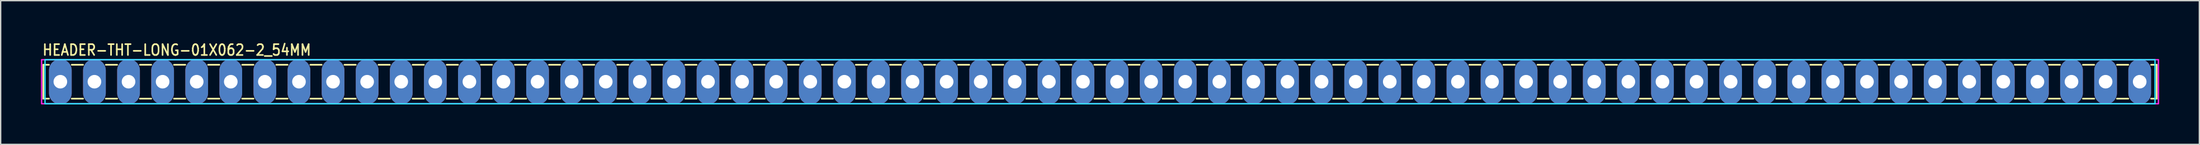
<source format=kicad_pcb>
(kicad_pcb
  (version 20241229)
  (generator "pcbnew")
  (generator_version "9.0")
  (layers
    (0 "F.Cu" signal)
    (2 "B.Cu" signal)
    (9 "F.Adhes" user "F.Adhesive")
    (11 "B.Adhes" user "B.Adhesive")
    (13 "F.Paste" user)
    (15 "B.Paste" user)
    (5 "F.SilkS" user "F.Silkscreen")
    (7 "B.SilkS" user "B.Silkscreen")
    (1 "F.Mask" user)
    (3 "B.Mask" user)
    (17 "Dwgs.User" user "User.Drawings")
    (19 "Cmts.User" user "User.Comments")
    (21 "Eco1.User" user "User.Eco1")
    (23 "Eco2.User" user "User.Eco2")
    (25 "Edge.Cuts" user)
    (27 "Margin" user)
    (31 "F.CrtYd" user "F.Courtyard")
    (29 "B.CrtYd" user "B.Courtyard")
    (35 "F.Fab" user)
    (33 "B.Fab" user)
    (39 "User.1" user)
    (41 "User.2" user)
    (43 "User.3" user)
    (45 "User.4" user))
  (footprint "HEADER-THT-LONG-01X062-2_54MM"
    (layer "F.Cu")
    (at 1.447 3.079)
    (property "Reference" "HEADER-THT-LONG-01X062-2_54MM" (at -1.4 -1.9 0) (unlocked yes) (layer "F.SilkS") (effects (font (size 0.813 0.695) (thickness 0.122)) (justify left bottom)))
    (fp_line (start -1.27 -1.27) (end -1.27 1.27) (stroke (width 0.127) (type solid)) (layer "F.SilkS"))
    (fp_line (start -1.27 1.27) (end -0.85 1.27) (stroke (width 0.127) (type solid)) (layer "F.SilkS"))
    (fp_line (start -0.85 -1.27) (end -1.27 -1.27) (stroke (width 0.127) (type solid)) (layer "F.SilkS"))
    (fp_line (start 0.85 -1.27) (end 1.69 -1.27) (stroke (width 0.127) (type solid)) (layer "F.SilkS"))
    (fp_line (start 0.85 1.27) (end 1.69 1.27) (stroke (width 0.127) (type solid)) (layer "F.SilkS"))
    (fp_line (start 3.39 -1.27) (end 4.23 -1.27) (stroke (width 0.127) (type solid)) (layer "F.SilkS"))
    (fp_line (start 3.39 1.27) (end 4.23 1.27) (stroke (width 0.127) (type solid)) (layer "F.SilkS"))
    (fp_line (start 5.93 -1.27) (end 6.77 -1.27) (stroke (width 0.127) (type solid)) (layer "F.SilkS"))
    (fp_line (start 5.93 1.27) (end 6.77 1.27) (stroke (width 0.127) (type solid)) (layer "F.SilkS"))
    (fp_line (start 8.47 -1.27) (end 9.31 -1.27) (stroke (width 0.127) (type solid)) (layer "F.SilkS"))
    (fp_line (start 8.47 1.27) (end 9.31 1.27) (stroke (width 0.127) (type solid)) (layer "F.SilkS"))
    (fp_line (start 11.01 -1.27) (end 11.85 -1.27) (stroke (width 0.127) (type solid)) (layer "F.SilkS"))
    (fp_line (start 11.01 1.27) (end 11.85 1.27) (stroke (width 0.127) (type solid)) (layer "F.SilkS"))
    (fp_line (start 13.55 -1.27) (end 14.39 -1.27) (stroke (width 0.127) (type solid)) (layer "F.SilkS"))
    (fp_line (start 13.55 1.27) (end 14.39 1.27) (stroke (width 0.127) (type solid)) (layer "F.SilkS"))
    (fp_line (start 16.09 -1.27) (end 16.93 -1.27) (stroke (width 0.127) (type solid)) (layer "F.SilkS"))
    (fp_line (start 16.09 1.27) (end 16.93 1.27) (stroke (width 0.127) (type solid)) (layer "F.SilkS"))
    (fp_line (start 18.63 -1.27) (end 19.47 -1.27) (stroke (width 0.127) (type solid)) (layer "F.SilkS"))
    (fp_line (start 18.63 1.27) (end 19.47 1.27) (stroke (width 0.127) (type solid)) (layer "F.SilkS"))
    (fp_line (start 21.17 -1.27) (end 22.01 -1.27) (stroke (width 0.127) (type solid)) (layer "F.SilkS"))
    (fp_line (start 21.17 1.27) (end 22.01 1.27) (stroke (width 0.127) (type solid)) (layer "F.SilkS"))
    (fp_line (start 23.71 -1.27) (end 24.55 -1.27) (stroke (width 0.127) (type solid)) (layer "F.SilkS"))
    (fp_line (start 23.71 1.27) (end 24.55 1.27) (stroke (width 0.127) (type solid)) (layer "F.SilkS"))
    (fp_line (start 26.25 -1.27) (end 27.09 -1.27) (stroke (width 0.127) (type solid)) (layer "F.SilkS"))
    (fp_line (start 26.25 1.27) (end 27.09 1.27) (stroke (width 0.127) (type solid)) (layer "F.SilkS"))
    (fp_line (start 28.79 -1.27) (end 29.63 -1.27) (stroke (width 0.127) (type solid)) (layer "F.SilkS"))
    (fp_line (start 28.79 1.27) (end 29.63 1.27) (stroke (width 0.127) (type solid)) (layer "F.SilkS"))
    (fp_line (start 31.33 -1.27) (end 32.17 -1.27) (stroke (width 0.127) (type solid)) (layer "F.SilkS"))
    (fp_line (start 31.33 1.27) (end 32.17 1.27) (stroke (width 0.127) (type solid)) (layer "F.SilkS"))
    (fp_line (start 33.87 -1.27) (end 34.71 -1.27) (stroke (width 0.127) (type solid)) (layer "F.SilkS"))
    (fp_line (start 33.87 1.27) (end 34.71 1.27) (stroke (width 0.127) (type solid)) (layer "F.SilkS"))
    (fp_line (start 36.41 -1.27) (end 37.25 -1.27) (stroke (width 0.127) (type solid)) (layer "F.SilkS"))
    (fp_line (start 36.41 1.27) (end 37.25 1.27) (stroke (width 0.127) (type solid)) (layer "F.SilkS"))
    (fp_line (start 38.95 -1.27) (end 39.79 -1.27) (stroke (width 0.127) (type solid)) (layer "F.SilkS"))
    (fp_line (start 38.95 1.27) (end 39.79 1.27) (stroke (width 0.127) (type solid)) (layer "F.SilkS"))
    (fp_line (start 41.49 -1.27) (end 42.33 -1.27) (stroke (width 0.127) (type solid)) (layer "F.SilkS"))
    (fp_line (start 41.49 1.27) (end 42.33 1.27) (stroke (width 0.127) (type solid)) (layer "F.SilkS"))
    (fp_line (start 44.03 -1.27) (end 44.87 -1.27) (stroke (width 0.127) (type solid)) (layer "F.SilkS"))
    (fp_line (start 44.03 1.27) (end 44.87 1.27) (stroke (width 0.127) (type solid)) (layer "F.SilkS"))
    (fp_line (start 46.57 -1.27) (end 47.41 -1.27) (stroke (width 0.127) (type solid)) (layer "F.SilkS"))
    (fp_line (start 46.57 1.27) (end 47.41 1.27) (stroke (width 0.127) (type solid)) (layer "F.SilkS"))
    (fp_line (start 49.11 -1.27) (end 49.95 -1.27) (stroke (width 0.127) (type solid)) (layer "F.SilkS"))
    (fp_line (start 49.11 1.27) (end 49.95 1.27) (stroke (width 0.127) (type solid)) (layer "F.SilkS"))
    (fp_line (start 51.65 -1.27) (end 52.49 -1.27) (stroke (width 0.127) (type solid)) (layer "F.SilkS"))
    (fp_line (start 51.65 1.27) (end 52.49 1.27) (stroke (width 0.127) (type solid)) (layer "F.SilkS"))
    (fp_line (start 54.19 -1.27) (end 55.03 -1.27) (stroke (width 0.127) (type solid)) (layer "F.SilkS"))
    (fp_line (start 54.19 1.27) (end 55.03 1.27) (stroke (width 0.127) (type solid)) (layer "F.SilkS"))
    (fp_line (start 56.73 -1.27) (end 57.57 -1.27) (stroke (width 0.127) (type solid)) (layer "F.SilkS"))
    (fp_line (start 56.73 1.27) (end 57.57 1.27) (stroke (width 0.127) (type solid)) (layer "F.SilkS"))
    (fp_line (start 59.27 -1.27) (end 60.11 -1.27) (stroke (width 0.127) (type solid)) (layer "F.SilkS"))
    (fp_line (start 59.27 1.27) (end 60.11 1.27) (stroke (width 0.127) (type solid)) (layer "F.SilkS"))
    (fp_line (start 61.81 -1.27) (end 62.65 -1.27) (stroke (width 0.127) (type solid)) (layer "F.SilkS"))
    (fp_line (start 61.81 1.27) (end 62.65 1.27) (stroke (width 0.127) (type solid)) (layer "F.SilkS"))
    (fp_line (start 64.35 -1.27) (end 65.19 -1.27) (stroke (width 0.127) (type solid)) (layer "F.SilkS"))
    (fp_line (start 64.35 1.27) (end 65.19 1.27) (stroke (width 0.127) (type solid)) (layer "F.SilkS"))
    (fp_line (start 66.89 -1.27) (end 67.73 -1.27) (stroke (width 0.127) (type solid)) (layer "F.SilkS"))
    (fp_line (start 66.89 1.27) (end 67.73 1.27) (stroke (width 0.127) (type solid)) (layer "F.SilkS"))
    (fp_line (start 69.43 -1.27) (end 70.27 -1.27) (stroke (width 0.127) (type solid)) (layer "F.SilkS"))
    (fp_line (start 69.43 1.27) (end 70.27 1.27) (stroke (width 0.127) (type solid)) (layer "F.SilkS"))
    (fp_line (start 71.97 -1.27) (end 72.81 -1.27) (stroke (width 0.127) (type solid)) (layer "F.SilkS"))
    (fp_line (start 71.97 1.27) (end 72.81 1.27) (stroke (width 0.127) (type solid)) (layer "F.SilkS"))
    (fp_line (start 74.51 -1.27) (end 75.35 -1.27) (stroke (width 0.127) (type solid)) (layer "F.SilkS"))
    (fp_line (start 74.51 1.27) (end 75.35 1.27) (stroke (width 0.127) (type solid)) (layer "F.SilkS"))
    (fp_line (start 77.05 -1.27) (end 77.89 -1.27) (stroke (width 0.127) (type solid)) (layer "F.SilkS"))
    (fp_line (start 77.05 1.27) (end 77.89 1.27) (stroke (width 0.127) (type solid)) (layer "F.SilkS"))
    (fp_line (start 79.59 -1.27) (end 80.43 -1.27) (stroke (width 0.127) (type solid)) (layer "F.SilkS"))
    (fp_line (start 79.59 1.27) (end 80.43 1.27) (stroke (width 0.127) (type solid)) (layer "F.SilkS"))
    (fp_line (start 82.13 -1.27) (end 82.97 -1.27) (stroke (width 0.127) (type solid)) (layer "F.SilkS"))
    (fp_line (start 82.13 1.27) (end 82.97 1.27) (stroke (width 0.127) (type solid)) (layer "F.SilkS"))
    (fp_line (start 84.67 -1.27) (end 85.51 -1.27) (stroke (width 0.127) (type solid)) (layer "F.SilkS"))
    (fp_line (start 84.67 1.27) (end 85.51 1.27) (stroke (width 0.127) (type solid)) (layer "F.SilkS"))
    (fp_line (start 87.21 -1.27) (end 88.05 -1.27) (stroke (width 0.127) (type solid)) (layer "F.SilkS"))
    (fp_line (start 87.21 1.27) (end 88.05 1.27) (stroke (width 0.127) (type solid)) (layer "F.SilkS"))
    (fp_line (start 89.75 -1.27) (end 90.59 -1.27) (stroke (width 0.127) (type solid)) (layer "F.SilkS"))
    (fp_line (start 89.75 1.27) (end 90.59 1.27) (stroke (width 0.127) (type solid)) (layer "F.SilkS"))
    (fp_line (start 92.29 -1.27) (end 93.13 -1.27) (stroke (width 0.127) (type solid)) (layer "F.SilkS"))
    (fp_line (start 92.29 1.27) (end 93.13 1.27) (stroke (width 0.127) (type solid)) (layer "F.SilkS"))
    (fp_line (start 94.83 -1.27) (end 95.67 -1.27) (stroke (width 0.127) (type solid)) (layer "F.SilkS"))
    (fp_line (start 94.83 1.27) (end 95.67 1.27) (stroke (width 0.127) (type solid)) (layer "F.SilkS"))
    (fp_line (start 97.37 -1.27) (end 98.21 -1.27) (stroke (width 0.127) (type solid)) (layer "F.SilkS"))
    (fp_line (start 97.37 1.27) (end 98.21 1.27) (stroke (width 0.127) (type solid)) (layer "F.SilkS"))
    (fp_line (start 99.91 -1.27) (end 100.75 -1.27) (stroke (width 0.127) (type solid)) (layer "F.SilkS"))
    (fp_line (start 99.91 1.27) (end 100.75 1.27) (stroke (width 0.127) (type solid)) (layer "F.SilkS"))
    (fp_line (start 102.45 -1.27) (end 103.29 -1.27) (stroke (width 0.127) (type solid)) (layer "F.SilkS"))
    (fp_line (start 102.45 1.27) (end 103.29 1.27) (stroke (width 0.127) (type solid)) (layer "F.SilkS"))
    (fp_line (start 104.99 -1.27) (end 105.83 -1.27) (stroke (width 0.127) (type solid)) (layer "F.SilkS"))
    (fp_line (start 104.99 1.27) (end 105.83 1.27) (stroke (width 0.127) (type solid)) (layer "F.SilkS"))
    (fp_line (start 107.53 -1.27) (end 108.37 -1.27) (stroke (width 0.127) (type solid)) (layer "F.SilkS"))
    (fp_line (start 107.53 1.27) (end 108.37 1.27) (stroke (width 0.127) (type solid)) (layer "F.SilkS"))
    (fp_line (start 110.07 -1.27) (end 110.91 -1.27) (stroke (width 0.127) (type solid)) (layer "F.SilkS"))
    (fp_line (start 110.07 1.27) (end 110.91 1.27) (stroke (width 0.127) (type solid)) (layer "F.SilkS"))
    (fp_line (start 112.61 -1.27) (end 113.45 -1.27) (stroke (width 0.127) (type solid)) (layer "F.SilkS"))
    (fp_line (start 112.61 1.27) (end 113.45 1.27) (stroke (width 0.127) (type solid)) (layer "F.SilkS"))
    (fp_line (start 115.15 -1.27) (end 115.99 -1.27) (stroke (width 0.127) (type solid)) (layer "F.SilkS"))
    (fp_line (start 115.15 1.27) (end 115.99 1.27) (stroke (width 0.127) (type solid)) (layer "F.SilkS"))
    (fp_line (start 117.69 -1.27) (end 118.53 -1.27) (stroke (width 0.127) (type solid)) (layer "F.SilkS"))
    (fp_line (start 117.69 1.27) (end 118.53 1.27) (stroke (width 0.127) (type solid)) (layer "F.SilkS"))
    (fp_line (start 120.23 -1.27) (end 121.07 -1.27) (stroke (width 0.127) (type solid)) (layer "F.SilkS"))
    (fp_line (start 120.23 1.27) (end 121.07 1.27) (stroke (width 0.127) (type solid)) (layer "F.SilkS"))
    (fp_line (start 122.77 -1.27) (end 123.61 -1.27) (stroke (width 0.127) (type solid)) (layer "F.SilkS"))
    (fp_line (start 122.77 1.27) (end 123.61 1.27) (stroke (width 0.127) (type solid)) (layer "F.SilkS"))
    (fp_line (start 125.31 -1.27) (end 126.15 -1.27) (stroke (width 0.127) (type solid)) (layer "F.SilkS"))
    (fp_line (start 125.31 1.27) (end 126.15 1.27) (stroke (width 0.127) (type solid)) (layer "F.SilkS"))
    (fp_line (start 127.85 -1.27) (end 128.69 -1.27) (stroke (width 0.127) (type solid)) (layer "F.SilkS"))
    (fp_line (start 127.85 1.27) (end 128.69 1.27) (stroke (width 0.127) (type solid)) (layer "F.SilkS"))
    (fp_line (start 130.39 -1.27) (end 131.23 -1.27) (stroke (width 0.127) (type solid)) (layer "F.SilkS"))
    (fp_line (start 130.39 1.27) (end 131.23 1.27) (stroke (width 0.127) (type solid)) (layer "F.SilkS"))
    (fp_line (start 132.93 -1.27) (end 133.77 -1.27) (stroke (width 0.127) (type solid)) (layer "F.SilkS"))
    (fp_line (start 132.93 1.27) (end 133.77 1.27) (stroke (width 0.127) (type solid)) (layer "F.SilkS"))
    (fp_line (start 135.47 -1.27) (end 136.31 -1.27) (stroke (width 0.127) (type solid)) (layer "F.SilkS"))
    (fp_line (start 135.47 1.27) (end 136.31 1.27) (stroke (width 0.127) (type solid)) (layer "F.SilkS"))
    (fp_line (start 138.01 -1.27) (end 138.85 -1.27) (stroke (width 0.127) (type solid)) (layer "F.SilkS"))
    (fp_line (start 138.01 1.27) (end 138.85 1.27) (stroke (width 0.127) (type solid)) (layer "F.SilkS"))
    (fp_line (start 140.55 -1.27) (end 141.39 -1.27) (stroke (width 0.127) (type solid)) (layer "F.SilkS"))
    (fp_line (start 140.55 1.27) (end 141.39 1.27) (stroke (width 0.127) (type solid)) (layer "F.SilkS"))
    (fp_line (start 143.09 -1.27) (end 143.93 -1.27) (stroke (width 0.127) (type solid)) (layer "F.SilkS"))
    (fp_line (start 143.09 1.27) (end 143.93 1.27) (stroke (width 0.127) (type solid)) (layer "F.SilkS"))
    (fp_line (start 145.63 -1.27) (end 146.47 -1.27) (stroke (width 0.127) (type solid)) (layer "F.SilkS"))
    (fp_line (start 145.63 1.27) (end 146.47 1.27) (stroke (width 0.127) (type solid)) (layer "F.SilkS"))
    (fp_line (start 148.17 -1.27) (end 149.01 -1.27) (stroke (width 0.127) (type solid)) (layer "F.SilkS"))
    (fp_line (start 148.17 1.27) (end 149.01 1.27) (stroke (width 0.127) (type solid)) (layer "F.SilkS"))
    (fp_line (start 150.71 -1.27) (end 151.55 -1.27) (stroke (width 0.127) (type solid)) (layer "F.SilkS"))
    (fp_line (start 150.71 1.27) (end 151.55 1.27) (stroke (width 0.127) (type solid)) (layer "F.SilkS"))
    (fp_line (start 153.25 -1.27) (end 154.09 -1.27) (stroke (width 0.127) (type solid)) (layer "F.SilkS"))
    (fp_line (start 153.25 1.27) (end 154.09 1.27) (stroke (width 0.127) (type solid)) (layer "F.SilkS"))
    (fp_line (start 155.79 -1.27) (end 156.21 -1.27) (stroke (width 0.127) (type solid)) (layer "F.SilkS"))
    (fp_line (start 156.21 -1.27) (end 156.21 1.27) (stroke (width 0.127) (type solid)) (layer "F.SilkS"))
    (fp_line (start 156.21 1.27) (end 155.79 1.27) (stroke (width 0.127) (type solid)) (layer "F.SilkS"))
    (fp_poly (pts (xy -1.143 -1.651) (xy 156.083 -1.651) (xy 156.083 1.651) (xy -1.143 1.651)) (stroke (width 0.1) (type solid)) (fill no) (layer "B.CrtYd"))
    (fp_poly (pts (xy -1.397 -1.651) (xy 156.337 -1.651) (xy 156.337 1.651) (xy -1.397 1.651)) (stroke (width 0.1) (type solid)) (fill no) (layer "F.CrtYd"))
    (pad "1" thru_hole oval (at 0 0 90) (size 3.387 1.693) (drill 1.016) (layers "*.Cu" "*.Mask"))
    (pad "2" thru_hole oval (at 2.54 0 90) (size 3.387 1.693) (drill 1.016) (layers "*.Cu" "*.Mask"))
    (pad "3" thru_hole oval (at 5.08 0 90) (size 3.387 1.693) (drill 1.016) (layers "*.Cu" "*.Mask"))
    (pad "4" thru_hole oval (at 7.62 0 90) (size 3.387 1.693) (drill 1.016) (layers "*.Cu" "*.Mask"))
    (pad "5" thru_hole oval (at 10.16 0 90) (size 3.387 1.693) (drill 1.016) (layers "*.Cu" "*.Mask"))
    (pad "6" thru_hole oval (at 12.7 0 90) (size 3.387 1.693) (drill 1.016) (layers "*.Cu" "*.Mask"))
    (pad "7" thru_hole oval (at 15.24 0 90) (size 3.387 1.693) (drill 1.016) (layers "*.Cu" "*.Mask"))
    (pad "8" thru_hole oval (at 17.78 0 90) (size 3.387 1.693) (drill 1.016) (layers "*.Cu" "*.Mask"))
    (pad "9" thru_hole oval (at 20.32 0 90) (size 3.387 1.693) (drill 1.016) (layers "*.Cu" "*.Mask"))
    (pad "10" thru_hole oval (at 22.86 0 90) (size 3.387 1.693) (drill 1.016) (layers "*.Cu" "*.Mask"))
    (pad "11" thru_hole oval (at 25.4 0 90) (size 3.387 1.693) (drill 1.016) (layers "*.Cu" "*.Mask"))
    (pad "12" thru_hole oval (at 27.94 0 90) (size 3.387 1.693) (drill 1.016) (layers "*.Cu" "*.Mask"))
    (pad "13" thru_hole oval (at 30.48 0 90) (size 3.387 1.693) (drill 1.016) (layers "*.Cu" "*.Mask"))
    (pad "14" thru_hole oval (at 33.02 0 90) (size 3.387 1.693) (drill 1.016) (layers "*.Cu" "*.Mask"))
    (pad "15" thru_hole oval (at 35.56 0 90) (size 3.387 1.693) (drill 1.016) (layers "*.Cu" "*.Mask"))
    (pad "16" thru_hole oval (at 38.1 0 90) (size 3.387 1.693) (drill 1.016) (layers "*.Cu" "*.Mask"))
    (pad "17" thru_hole oval (at 40.64 0 90) (size 3.387 1.693) (drill 1.016) (layers "*.Cu" "*.Mask"))
    (pad "18" thru_hole oval (at 43.18 0 90) (size 3.387 1.693) (drill 1.016) (layers "*.Cu" "*.Mask"))
    (pad "19" thru_hole oval (at 45.72 0 90) (size 3.387 1.693) (drill 1.016) (layers "*.Cu" "*.Mask"))
    (pad "20" thru_hole oval (at 48.26 0 90) (size 3.387 1.693) (drill 1.016) (layers "*.Cu" "*.Mask"))
    (pad "21" thru_hole oval (at 50.8 0 90) (size 3.387 1.693) (drill 1.016) (layers "*.Cu" "*.Mask"))
    (pad "22" thru_hole oval (at 53.34 0 90) (size 3.387 1.693) (drill 1.016) (layers "*.Cu" "*.Mask"))
    (pad "23" thru_hole oval (at 55.88 0 90) (size 3.387 1.693) (drill 1.016) (layers "*.Cu" "*.Mask"))
    (pad "24" thru_hole oval (at 58.42 0 90) (size 3.387 1.693) (drill 1.016) (layers "*.Cu" "*.Mask"))
    (pad "25" thru_hole oval (at 60.96 0 90) (size 3.387 1.693) (drill 1.016) (layers "*.Cu" "*.Mask"))
    (pad "26" thru_hole oval (at 63.5 0 90) (size 3.387 1.693) (drill 1.016) (layers "*.Cu" "*.Mask"))
    (pad "27" thru_hole oval (at 66.04 0 90) (size 3.387 1.693) (drill 1.016) (layers "*.Cu" "*.Mask"))
    (pad "28" thru_hole oval (at 68.58 0 90) (size 3.387 1.693) (drill 1.016) (layers "*.Cu" "*.Mask"))
    (pad "29" thru_hole oval (at 71.12 0 90) (size 3.387 1.693) (drill 1.016) (layers "*.Cu" "*.Mask"))
    (pad "30" thru_hole oval (at 73.66 0 90) (size 3.387 1.693) (drill 1.016) (layers "*.Cu" "*.Mask"))
    (pad "31" thru_hole oval (at 76.2 0 90) (size 3.387 1.693) (drill 1.016) (layers "*.Cu" "*.Mask"))
    (pad "32" thru_hole oval (at 78.74 0 90) (size 3.387 1.693) (drill 1.016) (layers "*.Cu" "*.Mask"))
    (pad "33" thru_hole oval (at 81.28 0 90) (size 3.387 1.693) (drill 1.016) (layers "*.Cu" "*.Mask"))
    (pad "34" thru_hole oval (at 83.82 0 90) (size 3.387 1.693) (drill 1.016) (layers "*.Cu" "*.Mask"))
    (pad "35" thru_hole oval (at 86.36 0 90) (size 3.387 1.693) (drill 1.016) (layers "*.Cu" "*.Mask"))
    (pad "36" thru_hole oval (at 88.9 0 90) (size 3.387 1.693) (drill 1.016) (layers "*.Cu" "*.Mask"))
    (pad "37" thru_hole oval (at 91.44 0 90) (size 3.387 1.693) (drill 1.016) (layers "*.Cu" "*.Mask"))
    (pad "38" thru_hole oval (at 93.98 0 90) (size 3.387 1.693) (drill 1.016) (layers "*.Cu" "*.Mask"))
    (pad "39" thru_hole oval (at 96.52 0 90) (size 3.387 1.693) (drill 1.016) (layers "*.Cu" "*.Mask"))
    (pad "40" thru_hole oval (at 99.06 0 90) (size 3.387 1.693) (drill 1.016) (layers "*.Cu" "*.Mask"))
    (pad "41" thru_hole oval (at 101.6 0 90) (size 3.387 1.693) (drill 1.016) (layers "*.Cu" "*.Mask"))
    (pad "42" thru_hole oval (at 104.14 0 90) (size 3.387 1.693) (drill 1.016) (layers "*.Cu" "*.Mask"))
    (pad "43" thru_hole oval (at 106.68 0 90) (size 3.387 1.693) (drill 1.016) (layers "*.Cu" "*.Mask"))
    (pad "44" thru_hole oval (at 109.22 0 90) (size 3.387 1.693) (drill 1.016) (layers "*.Cu" "*.Mask"))
    (pad "45" thru_hole oval (at 111.76 0 90) (size 3.387 1.693) (drill 1.016) (layers "*.Cu" "*.Mask"))
    (pad "46" thru_hole oval (at 114.3 0 90) (size 3.387 1.693) (drill 1.016) (layers "*.Cu" "*.Mask"))
    (pad "47" thru_hole oval (at 116.84 0 90) (size 3.387 1.693) (drill 1.016) (layers "*.Cu" "*.Mask"))
    (pad "48" thru_hole oval (at 119.38 0 90) (size 3.387 1.693) (drill 1.016) (layers "*.Cu" "*.Mask"))
    (pad "49" thru_hole oval (at 121.92 0 90) (size 3.387 1.693) (drill 1.016) (layers "*.Cu" "*.Mask"))
    (pad "50" thru_hole oval (at 124.46 0 90) (size 3.387 1.693) (drill 1.016) (layers "*.Cu" "*.Mask"))
    (pad "51" thru_hole oval (at 127 0 90) (size 3.387 1.693) (drill 1.016) (layers "*.Cu" "*.Mask"))
    (pad "52" thru_hole oval (at 129.54 0 90) (size 3.387 1.693) (drill 1.016) (layers "*.Cu" "*.Mask"))
    (pad "53" thru_hole oval (at 132.08 0 90) (size 3.387 1.693) (drill 1.016) (layers "*.Cu" "*.Mask"))
    (pad "54" thru_hole oval (at 134.62 0 90) (size 3.387 1.693) (drill 1.016) (layers "*.Cu" "*.Mask"))
    (pad "55" thru_hole oval (at 137.16 0 90) (size 3.387 1.693) (drill 1.016) (layers "*.Cu" "*.Mask"))
    (pad "56" thru_hole oval (at 139.7 0 90) (size 3.387 1.693) (drill 1.016) (layers "*.Cu" "*.Mask"))
    (pad "57" thru_hole oval (at 142.24 0 90) (size 3.387 1.693) (drill 1.016) (layers "*.Cu" "*.Mask"))
    (pad "58" thru_hole oval (at 144.78 0 90) (size 3.387 1.693) (drill 1.016) (layers "*.Cu" "*.Mask"))
    (pad "59" thru_hole oval (at 147.32 0 90) (size 3.387 1.693) (drill 1.016) (layers "*.Cu" "*.Mask"))
    (pad "60" thru_hole oval (at 149.86 0 90) (size 3.387 1.693) (drill 1.016) (layers "*.Cu" "*.Mask"))
    (pad "61" thru_hole oval (at 152.4 0 90) (size 3.387 1.693) (drill 1.016) (layers "*.Cu" "*.Mask"))
    (pad "62" thru_hole oval (at 154.94 0 90) (size 3.387 1.693) (drill 1.016) (layers "*.Cu" "*.Mask")))
  (gr_rect
    (start -3 -3)
    (end 160.834 7.78)
    (stroke (width 0.1) (type default))
    (fill no)
    (layer "Edge.Cuts")))
</source>
